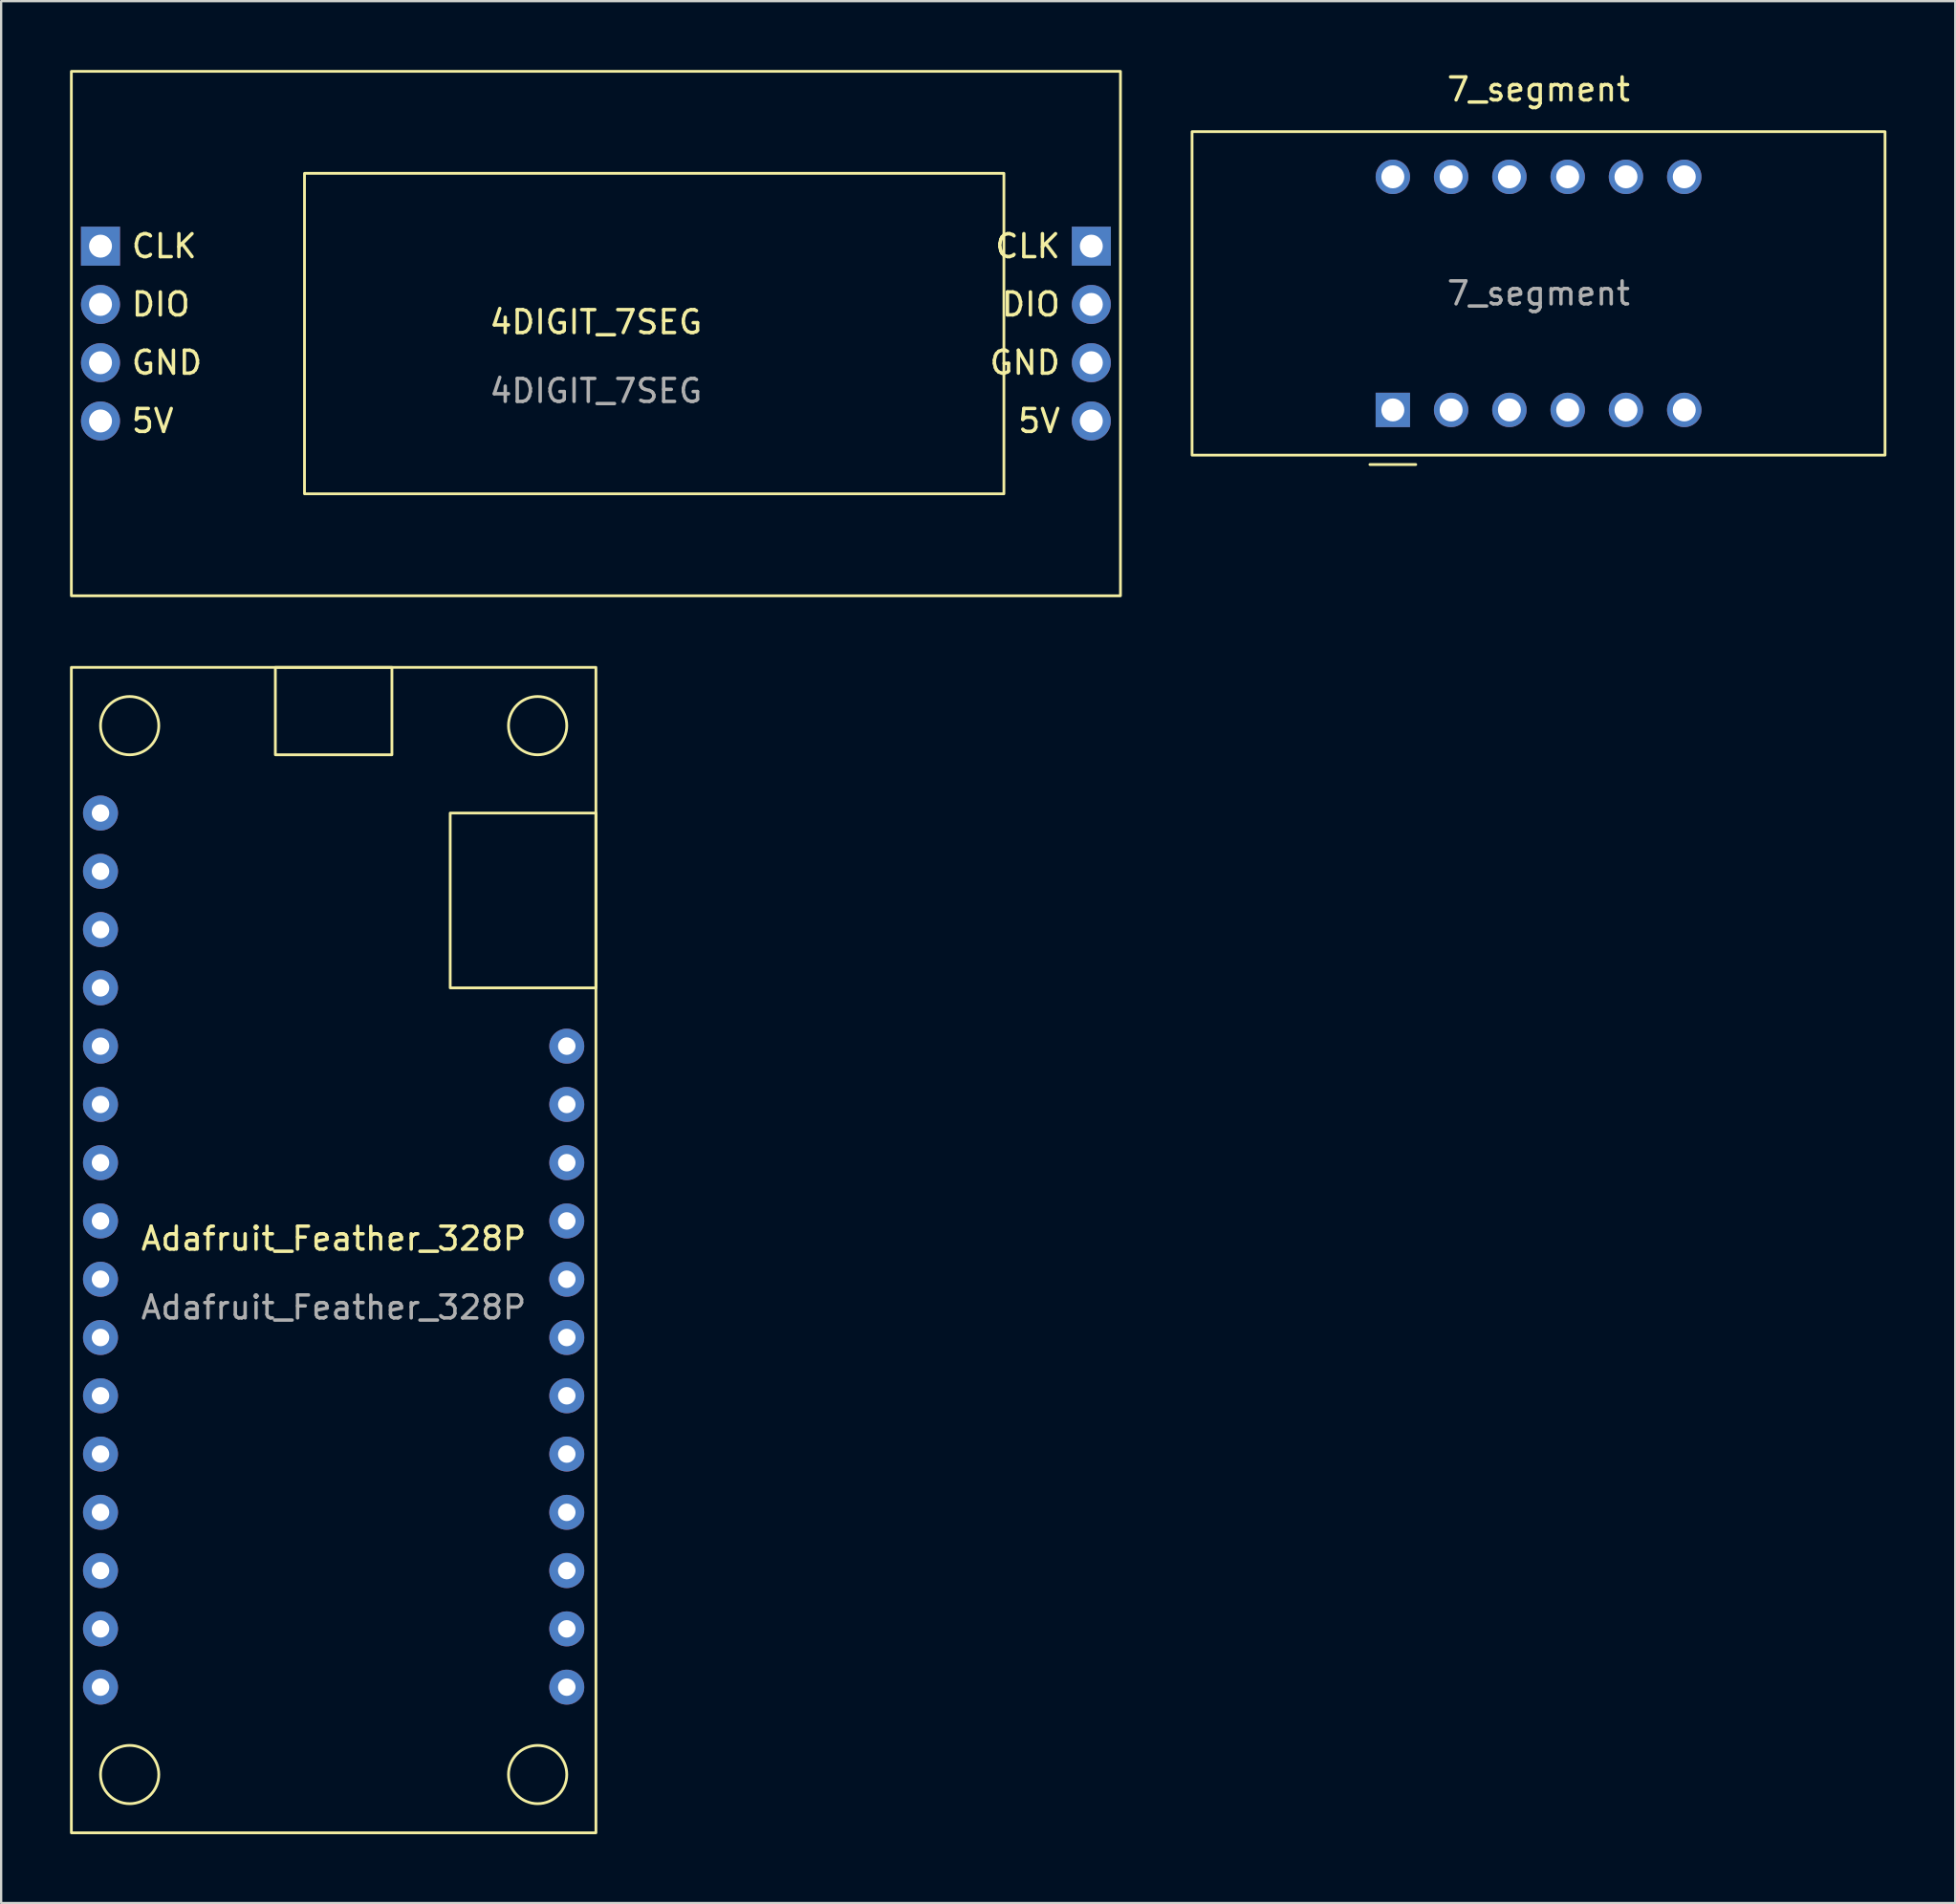
<source format=kicad_pcb>
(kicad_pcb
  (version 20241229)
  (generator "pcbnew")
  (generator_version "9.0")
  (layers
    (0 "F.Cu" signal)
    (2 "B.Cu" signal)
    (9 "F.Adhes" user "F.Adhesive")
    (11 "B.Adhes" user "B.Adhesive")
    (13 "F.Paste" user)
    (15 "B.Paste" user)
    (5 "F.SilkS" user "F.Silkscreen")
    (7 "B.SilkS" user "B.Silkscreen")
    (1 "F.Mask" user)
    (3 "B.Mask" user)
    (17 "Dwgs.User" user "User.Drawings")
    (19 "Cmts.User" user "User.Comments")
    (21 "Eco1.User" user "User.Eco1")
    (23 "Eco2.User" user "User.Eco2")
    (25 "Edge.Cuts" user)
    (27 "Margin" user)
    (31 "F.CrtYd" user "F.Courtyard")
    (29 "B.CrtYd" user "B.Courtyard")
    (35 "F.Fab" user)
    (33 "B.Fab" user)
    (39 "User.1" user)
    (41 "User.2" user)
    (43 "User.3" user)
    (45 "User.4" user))
  (footprint "Adafruit_Feather_328P"
    (layer "F.Cu")
    (at 11.49 51.44)
    (property "Reference" "Adafruit_Feather_328P" (at 0 -0.5 0) (unlocked yes) (layer "F.SilkS") (effects (font (size 1 1) (thickness 0.15))))
    (attr through_hole)
    (fp_rect (start -11.43 -25.4) (end 11.43 25.4) (stroke (width 0.12) (type solid)) (fill no) (layer "F.SilkS"))
    (fp_rect (start -2.54 -25.4) (end 2.54 -21.59) (stroke (width 0.12) (type solid)) (fill no) (layer "F.SilkS"))
    (fp_rect (start 11.43 -11.43) (end 5.08 -19.05) (stroke (width 0.12) (type solid)) (fill no) (layer "F.SilkS"))
    (fp_circle (center -8.89 -22.86) (end -8.89 -24.13) (stroke (width 0.12) (type solid)) (fill no) (layer "F.SilkS"))
    (fp_circle (center -8.89 22.86) (end -8.89 24.13) (stroke (width 0.12) (type solid)) (fill no) (layer "F.SilkS"))
    (fp_circle (center 8.89 -22.86) (end 8.89 -24.13) (stroke (width 0.12) (type solid)) (fill no) (layer "F.SilkS"))
    (fp_circle (center 8.89 22.86) (end 8.89 24.13) (stroke (width 0.12) (type solid)) (fill no) (layer "F.SilkS"))
    (fp_text user "${REFERENCE}" (at 0 2.5 0) (unlocked yes) (layer "F.Fab") (effects (font (size 1 1) (thickness 0.15))))
    (pad "1" thru_hole circle (at -10.16 -19.05) (size 1.524 1.524) (drill 0.762) (layers "*.Cu" "*.Mask"))
    (pad "2" thru_hole circle (at -10.16 -16.51) (size 1.524 1.524) (drill 0.762) (layers "*.Cu" "*.Mask"))
    (pad "3" thru_hole circle (at -10.16 -13.97) (size 1.524 1.524) (drill 0.762) (layers "*.Cu" "*.Mask"))
    (pad "4" thru_hole circle (at -10.16 -11.43) (size 1.524 1.524) (drill 0.762) (layers "*.Cu" "*.Mask"))
    (pad "5" thru_hole circle (at -10.16 -8.89) (size 1.524 1.524) (drill 0.762) (layers "*.Cu" "*.Mask"))
    (pad "6" thru_hole circle (at -10.16 -6.35) (size 1.524 1.524) (drill 0.762) (layers "*.Cu" "*.Mask"))
    (pad "7" thru_hole circle (at -10.16 -3.81) (size 1.524 1.524) (drill 0.762) (layers "*.Cu" "*.Mask"))
    (pad "8" thru_hole circle (at -10.16 -1.27) (size 1.524 1.524) (drill 0.762) (layers "*.Cu" "*.Mask"))
    (pad "9" thru_hole circle (at -10.16 1.27) (size 1.524 1.524) (drill 0.762) (layers "*.Cu" "*.Mask"))
    (pad "10" thru_hole circle (at -10.16 3.81) (size 1.524 1.524) (drill 0.762) (layers "*.Cu" "*.Mask"))
    (pad "11" thru_hole circle (at -10.16 6.35) (size 1.524 1.524) (drill 0.762) (layers "*.Cu" "*.Mask"))
    (pad "12" thru_hole circle (at -10.16 8.89) (size 1.524 1.524) (drill 0.762) (layers "*.Cu" "*.Mask"))
    (pad "13" thru_hole circle (at -10.16 11.43) (size 1.524 1.524) (drill 0.762) (layers "*.Cu" "*.Mask"))
    (pad "14" thru_hole circle (at -10.16 13.97) (size 1.524 1.524) (drill 0.762) (layers "*.Cu" "*.Mask"))
    (pad "15" thru_hole circle (at -10.16 16.51) (size 1.524 1.524) (drill 0.762) (layers "*.Cu" "*.Mask"))
    (pad "16" thru_hole circle (at -10.16 19.05) (size 1.524 1.524) (drill 0.762) (layers "*.Cu" "*.Mask"))
    (pad "17" thru_hole circle (at 10.16 -8.89) (size 1.524 1.524) (drill 0.762) (layers "*.Cu" "*.Mask"))
    (pad "18" thru_hole circle (at 10.16 -6.35) (size 1.524 1.524) (drill 0.762) (layers "*.Cu" "*.Mask"))
    (pad "19" thru_hole circle (at 10.16 -3.81) (size 1.524 1.524) (drill 0.762) (layers "*.Cu" "*.Mask"))
    (pad "20" thru_hole circle (at 10.16 -1.27) (size 1.524 1.524) (drill 0.762) (layers "*.Cu" "*.Mask"))
    (pad "21" thru_hole circle (at 10.16 1.27) (size 1.524 1.524) (drill 0.762) (layers "*.Cu" "*.Mask"))
    (pad "22" thru_hole circle (at 10.16 3.81) (size 1.524 1.524) (drill 0.762) (layers "*.Cu" "*.Mask"))
    (pad "23" thru_hole circle (at 10.16 6.35) (size 1.524 1.524) (drill 0.762) (layers "*.Cu" "*.Mask"))
    (pad "24" thru_hole circle (at 10.16 8.89) (size 1.524 1.524) (drill 0.762) (layers "*.Cu" "*.Mask"))
    (pad "25" thru_hole circle (at 10.16 11.43) (size 1.524 1.524) (drill 0.762) (layers "*.Cu" "*.Mask"))
    (pad "26" thru_hole circle (at 10.16 13.97) (size 1.524 1.524) (drill 0.762) (layers "*.Cu" "*.Mask"))
    (pad "27" thru_hole circle (at 10.16 16.51) (size 1.524 1.524) (drill 0.762) (layers "*.Cu" "*.Mask"))
    (pad "28" thru_hole circle (at 10.16 19.05) (size 1.524 1.524) (drill 0.762) (layers "*.Cu" "*.Mask")))
  (footprint "4DIGIT_7SEG"
    (layer "F.Cu")
    (at 22.92 11.49)
    (property "Reference" "4DIGIT_7SEG" (at 0 -0.5 0) (unlocked yes) (layer "F.SilkS") (effects (font (size 1 1) (thickness 0.15))))
    (attr through_hole)
    (fp_rect (start -22.86 -11.43) (end 22.86 11.43) (stroke (width 0.12) (type solid)) (fill no) (layer "F.SilkS"))
    (fp_rect (start 17.78 6.985) (end -12.7 -6.985) (stroke (width 0.12) (type solid)) (fill no) (layer "F.SilkS"))
    (fp_text user "5V" (at -20.32 3.81 0) (unlocked yes) (layer "F.SilkS") (effects (font (size 1 1) (thickness 0.15)) (justify left)))
    (fp_text user "GND" (at -20.32 1.27 0) (unlocked yes) (layer "F.SilkS") (effects (font (size 1 1) (thickness 0.15)) (justify left)))
    (fp_text user "DIO" (at -20.32 -1.27 0) (unlocked yes) (layer "F.SilkS") (effects (font (size 1 1) (thickness 0.15)) (justify left)))
    (fp_text user "CLK" (at -20.32 -3.81 0) (unlocked yes) (layer "F.SilkS") (effects (font (size 1 1) (thickness 0.15)) (justify left)))
    (fp_text user "DIO" (at 20.32 -1.27 0) (unlocked yes) (layer "F.SilkS") (effects (font (size 1 1) (thickness 0.15)) (justify right)))
    (fp_text user "5V" (at 20.32 3.81 0) (unlocked yes) (layer "F.SilkS") (effects (font (size 1 1) (thickness 0.15)) (justify right)))
    (fp_text user "CLK" (at 20.32 -3.81 0) (unlocked yes) (layer "F.SilkS") (effects (font (size 1 1) (thickness 0.15)) (justify right)))
    (fp_text user "GND" (at 20.32 1.27 0) (unlocked yes) (layer "F.SilkS") (effects (font (size 1 1) (thickness 0.15)) (justify right)))
    (fp_text user "${REFERENCE}" (at 0 2.5 0) (unlocked yes) (layer "F.Fab") (effects (font (size 1 1) (thickness 0.15))))
    (pad "1" thru_hole rect (at -21.59 -3.81) (size 1.7 1.7) (drill 1) (layers "*.Cu" "*.Mask"))
    (pad "2" thru_hole circle (at -21.59 -1.27) (size 1.7 1.7) (drill 1) (layers "*.Cu" "*.Mask"))
    (pad "3" thru_hole circle (at -21.59 1.27) (size 1.7 1.7) (drill 1) (layers "*.Cu" "*.Mask"))
    (pad "4" thru_hole circle (at -21.59 3.81) (size 1.7 1.7) (drill 1) (layers "*.Cu" "*.Mask"))
    (pad "5" thru_hole rect (at 21.59 -3.81) (size 1.7 1.7) (drill 1) (layers "*.Cu" "*.Mask"))
    (pad "6" thru_hole circle (at 21.59 -1.27) (size 1.7 1.7) (drill 1) (layers "*.Cu" "*.Mask"))
    (pad "7" thru_hole circle (at 21.59 1.27) (size 1.7 1.7) (drill 1) (layers "*.Cu" "*.Mask"))
    (pad "8" thru_hole circle (at 21.59 3.81) (size 1.7 1.7) (drill 1) (layers "*.Cu" "*.Mask")))
  (footprint "7_segment"
    (layer "F.Cu")
    (at 64 9.738)
    (property "Reference" "7_segment" (at 0 -8.89 0) (layer "F.SilkS") (effects (font (size 1 1) (thickness 0.15))))
    (attr through_hole)
    (fp_line (start -7.35 7.46) (end -5.35 7.46) (stroke (width 0.12) (type solid)) (layer "F.SilkS"))
    (fp_rect (start -15.1 -7.05) (end 15.1 7.05) (stroke (width 0.12) (type default)) (fill no) (layer "F.SilkS"))
    (fp_text user "${REFERENCE}" (at 0 0 0) (layer "F.Fab") (effects (font (size 1 1) (thickness 0.15))))
    (pad "1" thru_hole rect (at -6.35 5.08 90) (size 1.5 1.5) (drill 1) (layers "*.Cu" "*.Mask"))
    (pad "2" thru_hole circle (at -3.81 5.08 90) (size 1.5 1.5) (drill 1) (layers "*.Cu" "*.Mask"))
    (pad "3" thru_hole circle (at -1.27 5.08 90) (size 1.5 1.5) (drill 1) (layers "*.Cu" "*.Mask"))
    (pad "4" thru_hole circle (at 1.27 5.08 90) (size 1.5 1.5) (drill 1) (layers "*.Cu" "*.Mask"))
    (pad "5" thru_hole circle (at 3.81 5.08 90) (size 1.5 1.5) (drill 1) (layers "*.Cu" "*.Mask"))
    (pad "6" thru_hole circle (at 6.35 5.08 90) (size 1.5 1.5) (drill 1) (layers "*.Cu" "*.Mask"))
    (pad "7" thru_hole circle (at 6.35 -5.08 90) (size 1.5 1.5) (drill 1) (layers "*.Cu" "*.Mask"))
    (pad "8" thru_hole circle (at 3.81 -5.08 90) (size 1.5 1.5) (drill 1) (layers "*.Cu" "*.Mask"))
    (pad "9" thru_hole circle (at 1.27 -5.08 90) (size 1.5 1.5) (drill 1) (layers "*.Cu" "*.Mask"))
    (pad "10" thru_hole circle (at -1.27 -5.08 90) (size 1.5 1.5) (drill 1) (layers "*.Cu" "*.Mask"))
    (pad "11" thru_hole circle (at -3.81 -5.08 90) (size 1.5 1.5) (drill 1) (layers "*.Cu" "*.Mask"))
    (pad "12" thru_hole circle (at -6.35 -5.08 90) (size 1.5 1.5) (drill 1) (layers "*.Cu" "*.Mask")))
  (gr_rect
    (start -3 -3)
    (end 82.16 79.9)
    (stroke (width 0.1) (type default))
    (fill no)
    (layer "Edge.Cuts")))
</source>
